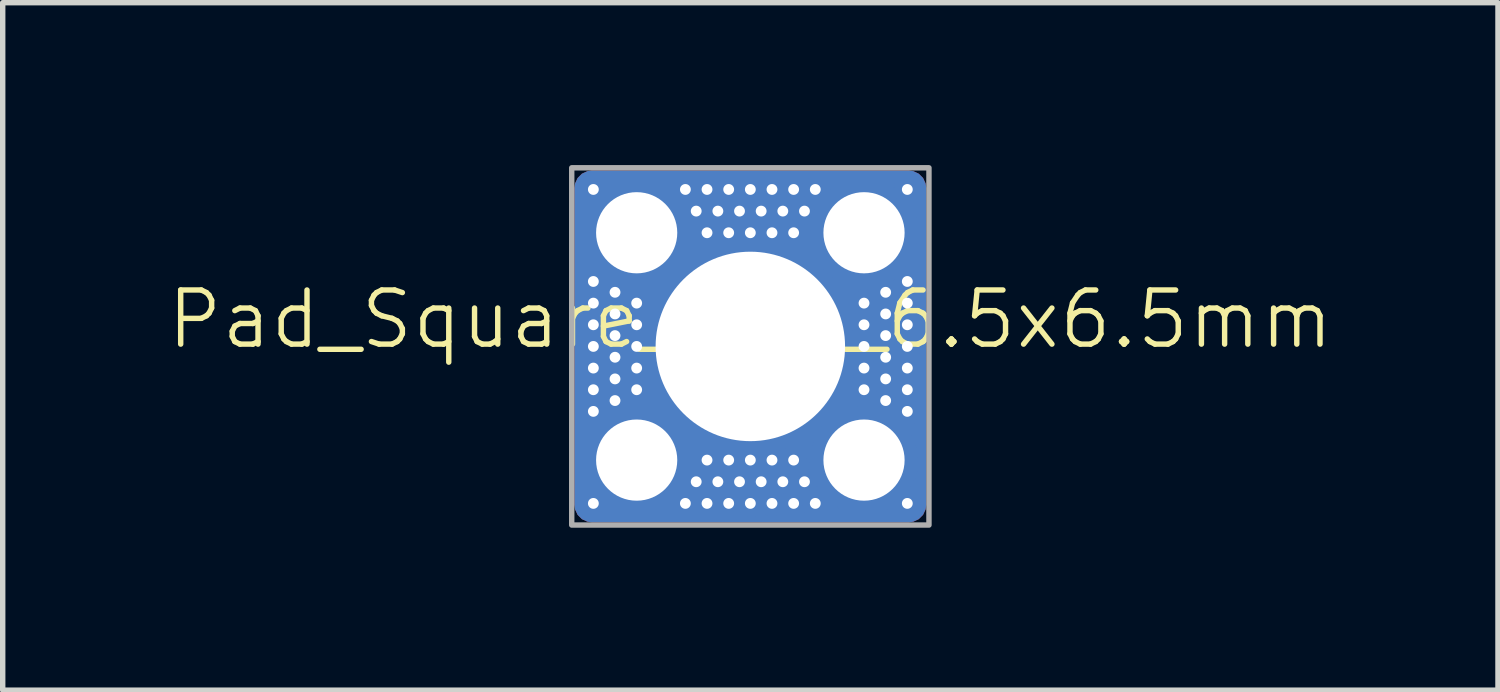
<source format=kicad_pcb>
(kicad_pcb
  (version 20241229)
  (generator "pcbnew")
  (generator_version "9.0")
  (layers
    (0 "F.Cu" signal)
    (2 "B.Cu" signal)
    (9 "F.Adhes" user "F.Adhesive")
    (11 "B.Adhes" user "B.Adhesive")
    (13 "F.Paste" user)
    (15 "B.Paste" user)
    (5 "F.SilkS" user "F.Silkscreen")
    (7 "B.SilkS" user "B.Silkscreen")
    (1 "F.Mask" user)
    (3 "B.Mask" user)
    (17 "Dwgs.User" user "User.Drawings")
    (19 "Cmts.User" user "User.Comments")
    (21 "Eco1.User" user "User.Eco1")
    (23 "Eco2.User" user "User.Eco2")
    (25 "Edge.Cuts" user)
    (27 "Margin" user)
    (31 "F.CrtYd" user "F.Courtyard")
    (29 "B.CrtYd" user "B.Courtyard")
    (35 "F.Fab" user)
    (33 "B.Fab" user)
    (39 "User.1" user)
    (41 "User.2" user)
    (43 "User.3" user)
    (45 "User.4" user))
  (footprint "Pad_Square_Vias_6.5x6.5mm"
    (layer "F.Cu")
    (at 10.812 3.35)
    (property "Reference" "Pad_Square_Vias_6.5x6.5mm" (at 0 -0.5 0) (unlocked yes) (layer "F.SilkS") (effects (font (size 1 1) (thickness 0.1))))
    (attr smd)
    (fp_rect (start -3.3 -3.3) (end 3.3 3.3) (stroke (width 0.1) (type default)) (fill no) (layer "F.Fab"))
    (pad "1" thru_hole circle (at -2.9 -2.9) (size 0.5 0.5) (drill 0.2) (layers "*.Cu"))
    (pad "1" thru_hole circle (at -2.9 -1.2 90) (size 0.5 0.5) (drill 0.2) (layers "*.Cu"))
    (pad "1" thru_hole circle (at -2.9 -0.8 90) (size 0.5 0.5) (drill 0.2) (layers "*.Cu"))
    (pad "1" thru_hole circle (at -2.9 -0.4 90) (size 0.5 0.5) (drill 0.2) (layers "*.Cu"))
    (pad "1" thru_hole circle (at -2.9 0 90) (size 0.5 0.5) (drill 0.2) (layers "*.Cu"))
    (pad "1" thru_hole circle (at -2.9 0.4 90) (size 0.5 0.5) (drill 0.2) (layers "*.Cu"))
    (pad "1" thru_hole circle (at -2.9 0.8 90) (size 0.5 0.5) (drill 0.2) (layers "*.Cu"))
    (pad "1" thru_hole circle (at -2.9 1.2 90) (size 0.5 0.5) (drill 0.2) (layers "*.Cu"))
    (pad "1" thru_hole circle (at -2.9 2.9 180) (size 0.5 0.5) (drill 0.2) (layers "*.Cu"))
    (pad "1" thru_hole circle (at -2.5 -1 90) (size 0.5 0.5) (drill 0.2) (layers "*.Cu"))
    (pad "1" thru_hole circle (at -2.5 -0.6 90) (size 0.5 0.5) (drill 0.2) (layers "*.Cu"))
    (pad "1" thru_hole circle (at -2.5 -0.2 90) (size 0.5 0.5) (drill 0.2) (layers "*.Cu"))
    (pad "1" thru_hole circle (at -2.5 0.2 90) (size 0.5 0.5) (drill 0.2) (layers "*.Cu"))
    (pad "1" thru_hole circle (at -2.5 0.6 90) (size 0.5 0.5) (drill 0.2) (layers "*.Cu"))
    (pad "1" thru_hole circle (at -2.5 1 90) (size 0.5 0.5) (drill 0.2) (layers "*.Cu"))
    (pad "1" thru_hole circle (at -2.1 -2.1 180) (size 2 2) (drill 1.5) (layers "*.Cu"))
    (pad "1" thru_hole circle (at -2.1 -0.8 90) (size 0.5 0.5) (drill 0.2) (layers "*.Cu"))
    (pad "1" thru_hole circle (at -2.1 -0.4 90) (size 0.5 0.5) (drill 0.2) (layers "*.Cu"))
    (pad "1" thru_hole circle (at -2.1 0 90) (size 0.5 0.5) (drill 0.2) (layers "*.Cu"))
    (pad "1" thru_hole circle (at -2.1 0.4 90) (size 0.5 0.5) (drill 0.2) (layers "*.Cu"))
    (pad "1" thru_hole circle (at -2.1 0.8 90) (size 0.5 0.5) (drill 0.2) (layers "*.Cu"))
    (pad "1" thru_hole circle (at -2.1 2.1 180) (size 2 2) (drill 1.5) (layers "*.Cu"))
    (pad "1" thru_hole circle (at -1.2 -2.9) (size 0.5 0.5) (drill 0.2) (layers "*.Cu"))
    (pad "1" thru_hole circle (at -1.2 2.9 180) (size 0.5 0.5) (drill 0.2) (layers "*.Cu"))
    (pad "1" thru_hole circle (at -1 -2.5) (size 0.5 0.5) (drill 0.2) (layers "*.Cu"))
    (pad "1" thru_hole circle (at -1 2.5 180) (size 0.5 0.5) (drill 0.2) (layers "*.Cu"))
    (pad "1" thru_hole circle (at -0.8 -2.9) (size 0.5 0.5) (drill 0.2) (layers "*.Cu"))
    (pad "1" thru_hole circle (at -0.8 -2.1) (size 0.5 0.5) (drill 0.2) (layers "*.Cu"))
    (pad "1" thru_hole circle (at -0.8 2.1 180) (size 0.5 0.5) (drill 0.2) (layers "*.Cu"))
    (pad "1" thru_hole circle (at -0.8 2.9 180) (size 0.5 0.5) (drill 0.2) (layers "*.Cu"))
    (pad "1" thru_hole circle (at -0.6 -2.5) (size 0.5 0.5) (drill 0.2) (layers "*.Cu"))
    (pad "1" thru_hole circle (at -0.6 2.5 180) (size 0.5 0.5) (drill 0.2) (layers "*.Cu"))
    (pad "1" thru_hole circle (at -0.4 -2.9) (size 0.5 0.5) (drill 0.2) (layers "*.Cu"))
    (pad "1" thru_hole circle (at -0.4 -2.1) (size 0.5 0.5) (drill 0.2) (layers "*.Cu"))
    (pad "1" thru_hole circle (at -0.4 2.1 180) (size 0.5 0.5) (drill 0.2) (layers "*.Cu"))
    (pad "1" thru_hole circle (at -0.4 2.9 180) (size 0.5 0.5) (drill 0.2) (layers "*.Cu"))
    (pad "1" thru_hole circle (at -0.2 -2.5) (size 0.5 0.5) (drill 0.2) (layers "*.Cu"))
    (pad "1" thru_hole circle (at -0.2 2.5 180) (size 0.5 0.5) (drill 0.2) (layers "*.Cu"))
    (pad "1" thru_hole circle (at 0 -2.9) (size 0.5 0.5) (drill 0.2) (layers "*.Cu"))
    (pad "1" thru_hole circle (at 0 -2.1) (size 0.5 0.5) (drill 0.2) (layers "*.Cu"))
    (pad "1" thru_hole roundrect (at 0 0) (size 6.5 6.5) (drill 3.5) (layers "*.Cu" "*.Mask") (roundrect_rratio 0.05))
    (pad "1" thru_hole circle (at 0 2.1 180) (size 0.5 0.5) (drill 0.2) (layers "*.Cu"))
    (pad "1" thru_hole circle (at 0 2.9 180) (size 0.5 0.5) (drill 0.2) (layers "*.Cu"))
    (pad "1" thru_hole circle (at 0.2 -2.5) (size 0.5 0.5) (drill 0.2) (layers "*.Cu"))
    (pad "1" thru_hole circle (at 0.2 2.5 180) (size 0.5 0.5) (drill 0.2) (layers "*.Cu"))
    (pad "1" thru_hole circle (at 0.4 -2.9) (size 0.5 0.5) (drill 0.2) (layers "*.Cu"))
    (pad "1" thru_hole circle (at 0.4 -2.1) (size 0.5 0.5) (drill 0.2) (layers "*.Cu"))
    (pad "1" thru_hole circle (at 0.4 2.1 180) (size 0.5 0.5) (drill 0.2) (layers "*.Cu"))
    (pad "1" thru_hole circle (at 0.4 2.9 180) (size 0.5 0.5) (drill 0.2) (layers "*.Cu"))
    (pad "1" thru_hole circle (at 0.6 -2.5) (size 0.5 0.5) (drill 0.2) (layers "*.Cu"))
    (pad "1" thru_hole circle (at 0.6 2.5 180) (size 0.5 0.5) (drill 0.2) (layers "*.Cu"))
    (pad "1" thru_hole circle (at 0.8 -2.9) (size 0.5 0.5) (drill 0.2) (layers "*.Cu"))
    (pad "1" thru_hole circle (at 0.8 -2.1) (size 0.5 0.5) (drill 0.2) (layers "*.Cu"))
    (pad "1" thru_hole circle (at 0.8 2.1 180) (size 0.5 0.5) (drill 0.2) (layers "*.Cu"))
    (pad "1" thru_hole circle (at 0.8 2.9 180) (size 0.5 0.5) (drill 0.2) (layers "*.Cu"))
    (pad "1" thru_hole circle (at 1 -2.5) (size 0.5 0.5) (drill 0.2) (layers "*.Cu"))
    (pad "1" thru_hole circle (at 1 2.5 180) (size 0.5 0.5) (drill 0.2) (layers "*.Cu"))
    (pad "1" thru_hole circle (at 1.2 -2.9) (size 0.5 0.5) (drill 0.2) (layers "*.Cu"))
    (pad "1" thru_hole circle (at 1.2 2.9 180) (size 0.5 0.5) (drill 0.2) (layers "*.Cu"))
    (pad "1" thru_hole circle (at 2.1 -2.1 180) (size 2 2) (drill 1.5) (layers "*.Cu"))
    (pad "1" thru_hole circle (at 2.1 -0.8 270) (size 0.5 0.5) (drill 0.2) (layers "*.Cu"))
    (pad "1" thru_hole circle (at 2.1 -0.4 270) (size 0.5 0.5) (drill 0.2) (layers "*.Cu"))
    (pad "1" thru_hole circle (at 2.1 0 270) (size 0.5 0.5) (drill 0.2) (layers "*.Cu"))
    (pad "1" thru_hole circle (at 2.1 0.4 270) (size 0.5 0.5) (drill 0.2) (layers "*.Cu"))
    (pad "1" thru_hole circle (at 2.1 0.8 270) (size 0.5 0.5) (drill 0.2) (layers "*.Cu"))
    (pad "1" thru_hole circle (at 2.1 2.1 180) (size 2 2) (drill 1.5) (layers "*.Cu"))
    (pad "1" thru_hole circle (at 2.5 -1 270) (size 0.5 0.5) (drill 0.2) (layers "*.Cu"))
    (pad "1" thru_hole circle (at 2.5 -0.6 270) (size 0.5 0.5) (drill 0.2) (layers "*.Cu"))
    (pad "1" thru_hole circle (at 2.5 -0.2 270) (size 0.5 0.5) (drill 0.2) (layers "*.Cu"))
    (pad "1" thru_hole circle (at 2.5 0.2 270) (size 0.5 0.5) (drill 0.2) (layers "*.Cu"))
    (pad "1" thru_hole circle (at 2.5 0.6 270) (size 0.5 0.5) (drill 0.2) (layers "*.Cu"))
    (pad "1" thru_hole circle (at 2.5 1 270) (size 0.5 0.5) (drill 0.2) (layers "*.Cu"))
    (pad "1" thru_hole circle (at 2.9 -2.9) (size 0.5 0.5) (drill 0.2) (layers "*.Cu"))
    (pad "1" thru_hole circle (at 2.9 -1.2 270) (size 0.5 0.5) (drill 0.2) (layers "*.Cu"))
    (pad "1" thru_hole circle (at 2.9 -0.8 270) (size 0.5 0.5) (drill 0.2) (layers "*.Cu"))
    (pad "1" thru_hole circle (at 2.9 -0.4 270) (size 0.5 0.5) (drill 0.2) (layers "*.Cu"))
    (pad "1" thru_hole circle (at 2.9 0 270) (size 0.5 0.5) (drill 0.2) (layers "*.Cu"))
    (pad "1" thru_hole circle (at 2.9 0.4 270) (size 0.5 0.5) (drill 0.2) (layers "*.Cu"))
    (pad "1" thru_hole circle (at 2.9 0.8 270) (size 0.5 0.5) (drill 0.2) (layers "*.Cu"))
    (pad "1" thru_hole circle (at 2.9 1.2 270) (size 0.5 0.5) (drill 0.2) (layers "*.Cu"))
    (pad "1" thru_hole circle (at 2.9 2.9 180) (size 0.5 0.5) (drill 0.2) (layers "*.Cu")))
  (gr_rect
    (start -3 -3)
    (end 24.624 9.7)
    (stroke (width 0.1) (type default))
    (fill no)
    (layer "Edge.Cuts")))
</source>
